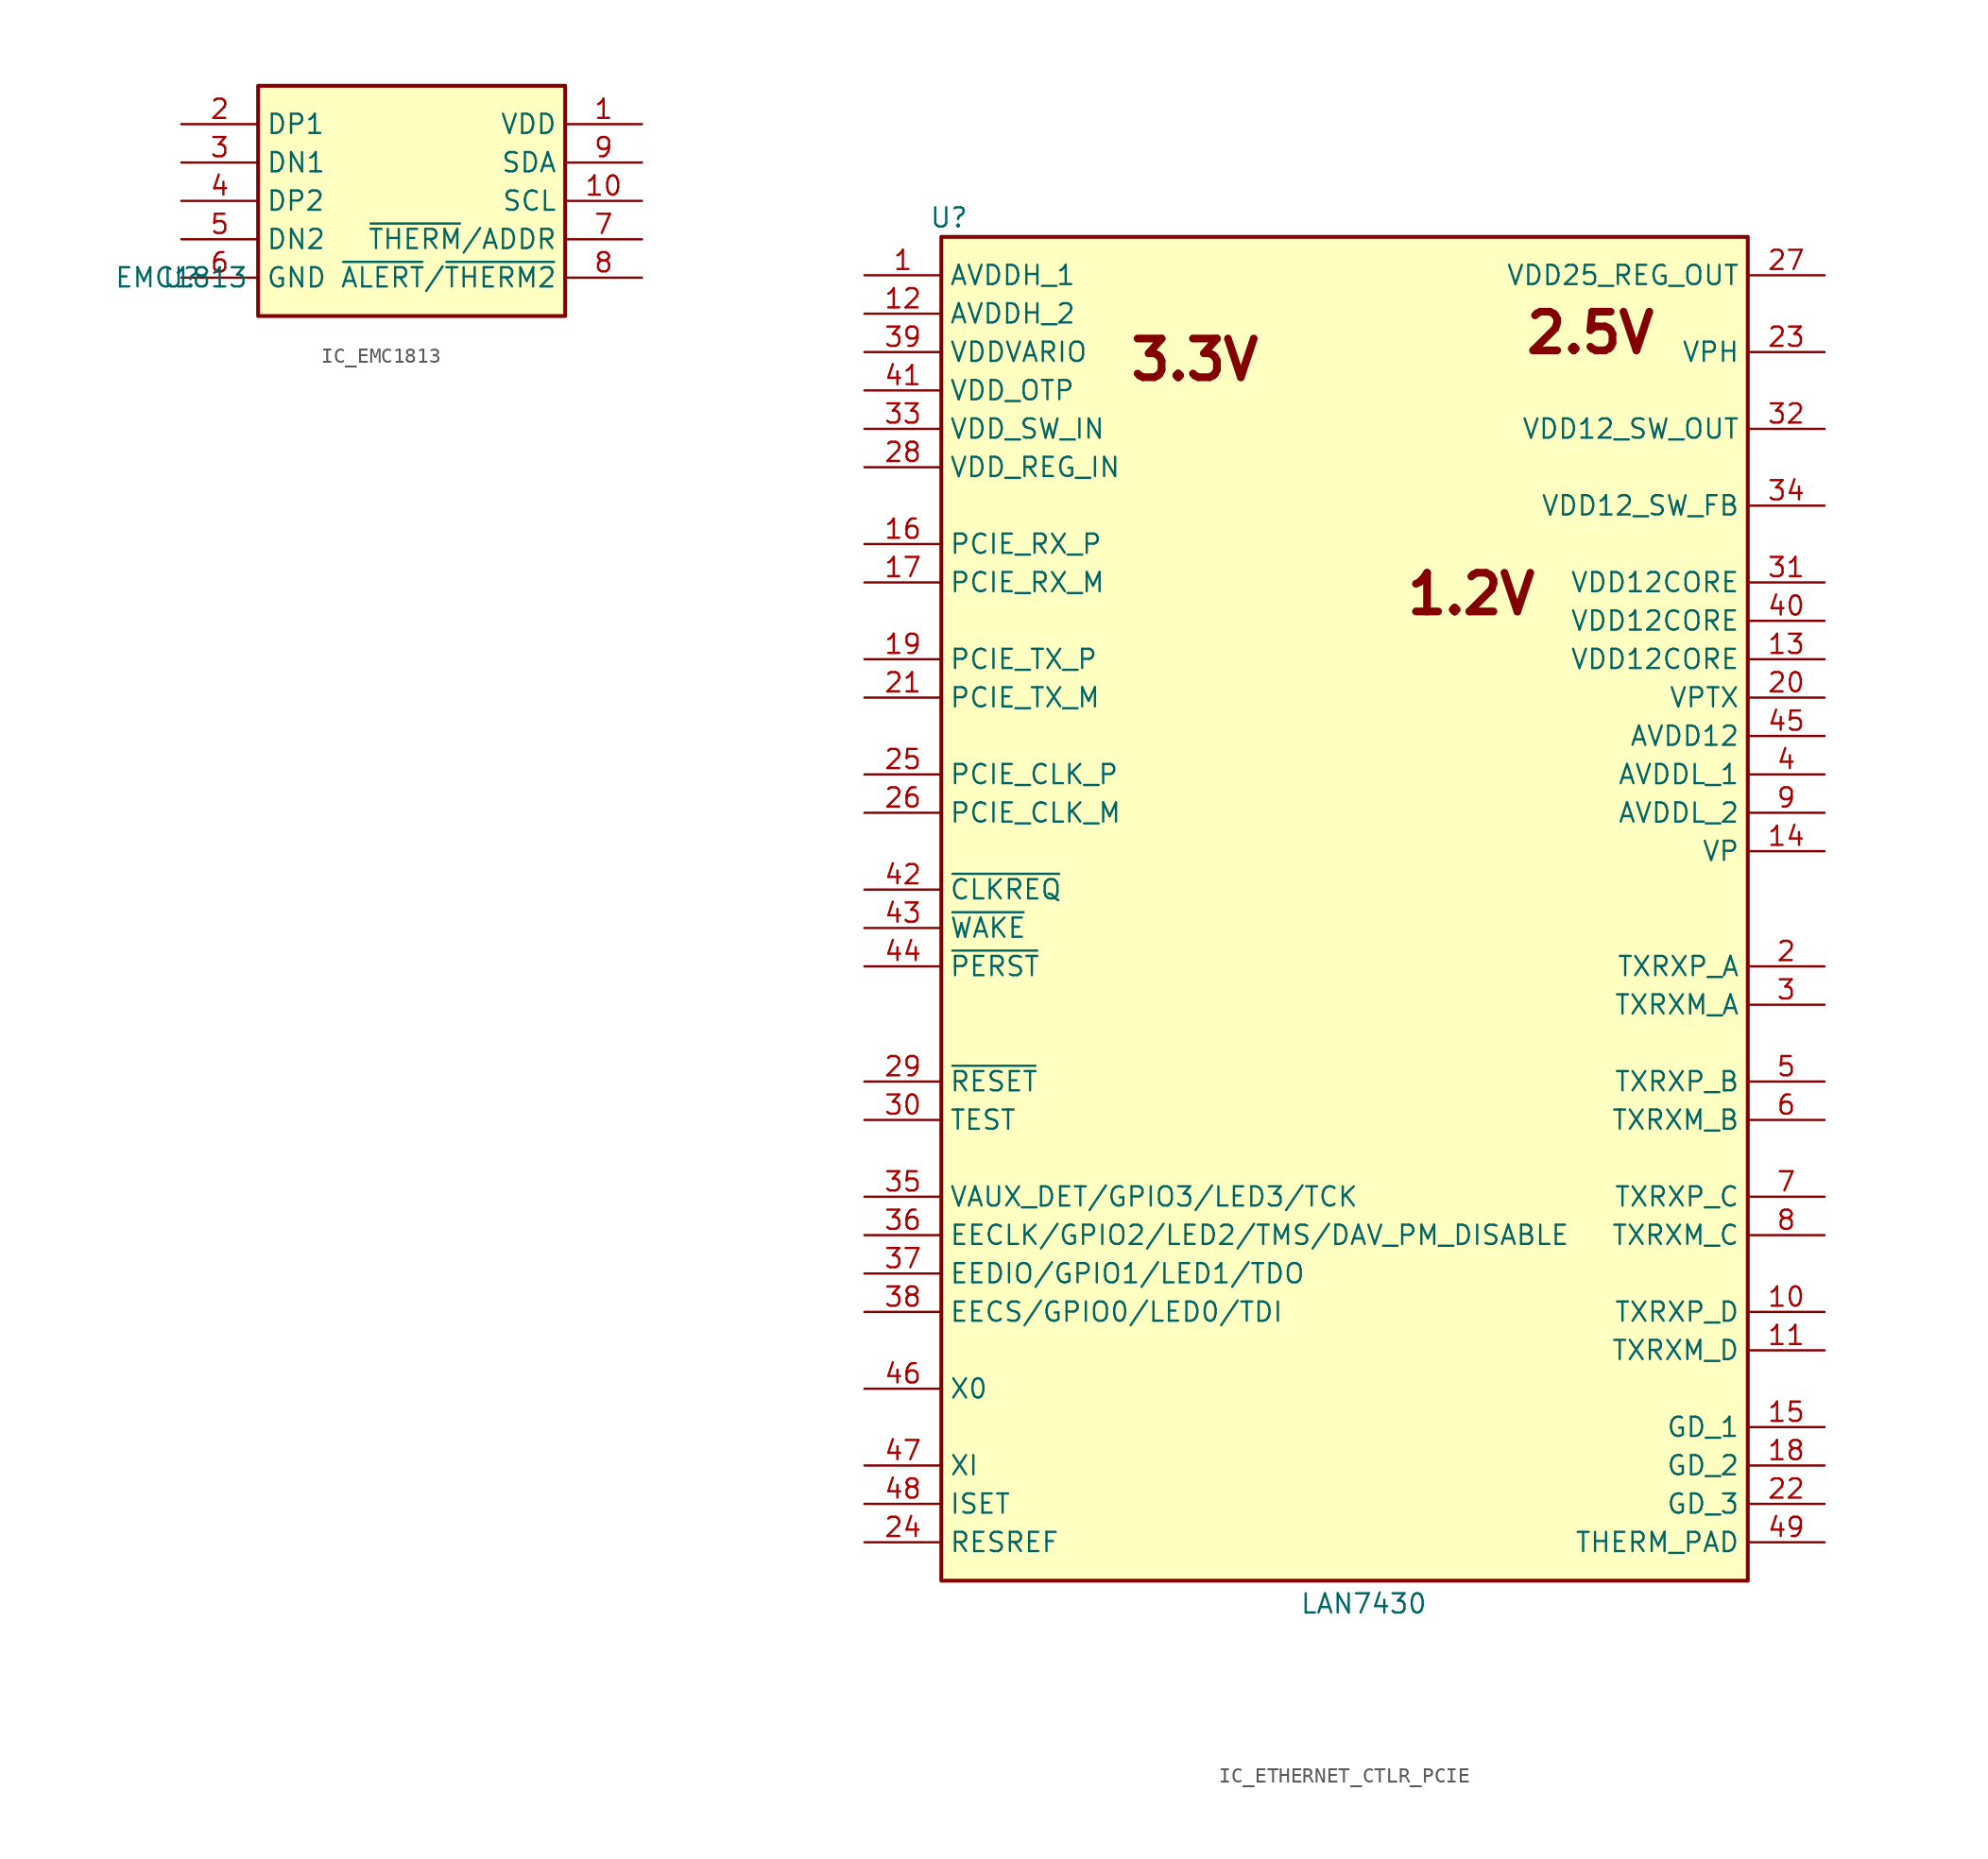
<source format=kicad_sym>
(kicad_symbol_lib
  (version 20241209)
  (generator "kicad_symbol_editor")
  (generator_version "9.0")
  (symbol "IC_EMC1813"
    (property "Reference" "U"
      (at 0 0 0)
      (effects (font (size 1.27 1.27))))
    (property "Value" "EMC1813"
      (at 0 0 0)
      (effects (font (size 1.27 1.27))))
    (symbol "IC_EMC1813_0_1"
      (rectangle (start 5.08 12.7) (end 25.4 -2.54) (stroke (width 0.254) (type default)) (fill (type background))))
    (symbol "IC_EMC1813_1_1"
      (pin passive line (at 0 10.16 0) (length 5.08) (name "DP1" (effects (font (size 1.27 1.27)))) (number "2" (effects (font (size 1.27 1.27)))))
      (pin passive line (at 0 7.62 0) (length 5.08) (name "DN1" (effects (font (size 1.27 1.27)))) (number "3" (effects (font (size 1.27 1.27)))))
      (pin passive line (at 0 5.08 0) (length 5.08) (name "DP2" (effects (font (size 1.27 1.27)))) (number "4" (effects (font (size 1.27 1.27)))))
      (pin passive line (at 0 2.54 0) (length 5.08) (name "DN2" (effects (font (size 1.27 1.27)))) (number "5" (effects (font (size 1.27 1.27)))))
      (pin power_in line (at 0 0 0) (length 5.08) (name "GND" (effects (font (size 1.27 1.27)))) (number "6" (effects (font (size 1.27 1.27)))))
      (pin power_in line (at 30.48 10.16 180) (length 5.08) (name "VDD" (effects (font (size 1.27 1.27)))) (number "1" (effects (font (size 1.27 1.27)))))
      (pin passive line (at 30.48 7.62 180) (length 5.08) (name "SDA" (effects (font (size 1.27 1.27)))) (number "9" (effects (font (size 1.27 1.27)))))
      (pin passive line (at 30.48 5.08 180) (length 5.08) (name "SCL" (effects (font (size 1.27 1.27)))) (number "10" (effects (font (size 1.27 1.27)))))
      (pin open_collector line (at 30.48 2.54 180) (length 5.08) (name "~{THERM}/ADDR" (effects (font (size 1.27 1.27)))) (number "7" (effects (font (size 1.27 1.27)))))
      (pin open_collector line (at 30.48 0 180) (length 5.08) (name "~{ALERT}/~{THERM2}" (effects (font (size 1.27 1.27)))) (number "8" (effects (font (size 1.27 1.27)))))))
  (symbol "IC_ETHERNET_CTLR_PCIE"
    (property "Reference" "U"
      (at 5.588 87.63 0)
      (effects (font (size 1.27 1.27))))
    (property "Value" "LAN7430"
      (at 33.02 -4.064 0)
      (effects (font (size 1.27 1.27))))
    (symbol "IC_ETHERNET_CTLR_PCIE_1_1"
      (rectangle (start 5.08 86.36) (end 58.42 -2.54) (stroke (width 0.254) (type default)) (fill (type background)))
      (text "3.3V" (at 21.844 78.232 0) (effects (font (size 2.56 2.56) (bold yes))))
      (text "1.2V" (at 40.132 62.738 0) (effects (font (size 2.56 2.56) (bold yes))))
      (text "2.5V" (at 48.006 80.01 0) (effects (font (size 2.56 2.56) (bold yes))))
      (pin power_in line (at 0 83.82 0) (length 5.08) (name "AVDDH_1" (effects (font (size 1.27 1.27)))) (number "1" (effects (font (size 1.27 1.27)))))
      (pin power_in line (at 0 81.28 0) (length 5.08) (name "AVDDH_2" (effects (font (size 1.27 1.27)))) (number "12" (effects (font (size 1.27 1.27)))))
      (pin power_in line (at 0 78.74 0) (length 5.08) (name "VDDVARIO" (effects (font (size 1.27 1.27)))) (number "39" (effects (font (size 1.27 1.27)))))
      (pin power_in line (at 0 76.2 0) (length 5.08) (name "VDD_OTP" (effects (font (size 1.27 1.27)))) (number "41" (effects (font (size 1.27 1.27)))))
      (pin power_in line (at 0 73.66 0) (length 5.08) (name "VDD_SW_IN" (effects (font (size 1.27 1.27)))) (number "33" (effects (font (size 1.27 1.27)))))
      (pin power_in line (at 0 71.12 0) (length 5.08) (name "VDD_REG_IN" (effects (font (size 1.27 1.27)))) (number "28" (effects (font (size 1.27 1.27)))))
      (pin passive line (at 0 66.04 0) (length 5.08) (name "PCIE_RX_P" (effects (font (size 1.27 1.27)))) (number "16" (effects (font (size 1.27 1.27)))))
      (pin passive line (at 0 63.5 0) (length 5.08) (name "PCIE_RX_M" (effects (font (size 1.27 1.27)))) (number "17" (effects (font (size 1.27 1.27)))))
      (pin passive line (at 0 58.42 0) (length 5.08) (name "PCIE_TX_P" (effects (font (size 1.27 1.27)))) (number "19" (effects (font (size 1.27 1.27)))))
      (pin passive line (at 0 55.88 0) (length 5.08) (name "PCIE_TX_M" (effects (font (size 1.27 1.27)))) (number "21" (effects (font (size 1.27 1.27)))))
      (pin passive line (at 0 50.8 0) (length 5.08) (name "PCIE_CLK_P" (effects (font (size 1.27 1.27)))) (number "25" (effects (font (size 1.27 1.27)))))
      (pin passive line (at 0 48.26 0) (length 5.08) (name "PCIE_CLK_M" (effects (font (size 1.27 1.27)))) (number "26" (effects (font (size 1.27 1.27)))))
      (pin passive line (at 0 43.18 0) (length 5.08) (name "~{CLKREQ}" (effects (font (size 1.27 1.27)))) (number "42" (effects (font (size 1.27 1.27)))))
      (pin passive line (at 0 40.64 0) (length 5.08) (name "~{WAKE}" (effects (font (size 1.27 1.27)))) (number "43" (effects (font (size 1.27 1.27)))))
      (pin passive line (at 0 38.1 0) (length 5.08) (name "~{PERST}" (effects (font (size 1.27 1.27)))) (number "44" (effects (font (size 1.27 1.27)))))
      (pin passive line (at 0 30.48 0) (length 5.08) (name "~{RESET}" (effects (font (size 1.27 1.27)))) (number "29" (effects (font (size 1.27 1.27)))))
      (pin passive line (at 0 27.94 0) (length 5.08) (name "TEST" (effects (font (size 1.27 1.27)))) (number "30" (effects (font (size 1.27 1.27)))))
      (pin passive line (at 0 22.86 0) (length 5.08) (name "VAUX_DET/GPIO3/LED3/TCK" (effects (font (size 1.27 1.27)))) (number "35" (effects (font (size 1.27 1.27)))))
      (pin passive line (at 0 20.32 0) (length 5.08) (name "EECLK/GPIO2/LED2/TMS/DAV_PM_DISABLE" (effects (font (size 1.27 1.27)))) (number "36" (effects (font (size 1.27 1.27)))))
      (pin passive line (at 0 17.78 0) (length 5.08) (name "EEDIO/GPIO1/LED1/TDO" (effects (font (size 1.27 1.27)))) (number "37" (effects (font (size 1.27 1.27)))))
      (pin passive line (at 0 15.24 0) (length 5.08) (name "EECS/GPIO0/LED0/TDI" (effects (font (size 1.27 1.27)))) (number "38" (effects (font (size 1.27 1.27)))))
      (pin passive line (at 0 10.16 0) (length 5.08) (name "X0" (effects (font (size 1.27 1.27)))) (number "46" (effects (font (size 1.27 1.27)))))
      (pin passive line (at 0 5.08 0) (length 5.08) (name "XI" (effects (font (size 1.27 1.27)))) (number "47" (effects (font (size 1.27 1.27)))))
      (pin passive line (at 0 2.54 0) (length 5.08) (name "ISET" (effects (font (size 1.27 1.27)))) (number "48" (effects (font (size 1.27 1.27)))))
      (pin passive line (at 0 0 0) (length 5.08) (name "RESREF" (effects (font (size 1.27 1.27)))) (number "24" (effects (font (size 1.27 1.27)))))
      (pin passive line (at 63.5 83.82 180) (length 5.08) (name "VDD25_REG_OUT" (effects (font (size 1.27 1.27)))) (number "27" (effects (font (size 1.27 1.27)))))
      (pin passive line (at 63.5 78.74 180) (length 5.08) (name "VPH" (effects (font (size 1.27 1.27)))) (number "23" (effects (font (size 1.27 1.27)))))
      (pin passive line (at 63.5 73.66 180) (length 5.08) (name "VDD12_SW_OUT" (effects (font (size 1.27 1.27)))) (number "32" (effects (font (size 1.27 1.27)))))
      (pin passive line (at 63.5 68.58 180) (length 5.08) (name "VDD12_SW_FB" (effects (font (size 1.27 1.27)))) (number "34" (effects (font (size 1.27 1.27)))))
      (pin passive line (at 63.5 63.5 180) (length 5.08) (name "VDD12CORE" (effects (font (size 1.27 1.27)))) (number "31" (effects (font (size 1.27 1.27)))))
      (pin passive line (at 63.5 60.96 180) (length 5.08) (name "VDD12CORE" (effects (font (size 1.27 1.27)))) (number "40" (effects (font (size 1.27 1.27)))))
      (pin passive line (at 63.5 58.42 180) (length 5.08) (name "VDD12CORE" (effects (font (size 1.27 1.27)))) (number "13" (effects (font (size 1.27 1.27)))))
      (pin passive line (at 63.5 55.88 180) (length 5.08) (name "VPTX" (effects (font (size 1.27 1.27)))) (number "20" (effects (font (size 1.27 1.27)))))
      (pin passive line (at 63.5 53.34 180) (length 5.08) (name "AVDD12" (effects (font (size 1.27 1.27)))) (number "45" (effects (font (size 1.27 1.27)))))
      (pin passive line (at 63.5 50.8 180) (length 5.08) (name "AVDDL_1" (effects (font (size 1.27 1.27)))) (number "4" (effects (font (size 1.27 1.27)))))
      (pin passive line (at 63.5 48.26 180) (length 5.08) (name "AVDDL_2" (effects (font (size 1.27 1.27)))) (number "9" (effects (font (size 1.27 1.27)))))
      (pin passive line (at 63.5 45.72 180) (length 5.08) (name "VP" (effects (font (size 1.27 1.27)))) (number "14" (effects (font (size 1.27 1.27)))))
      (pin passive line (at 63.5 38.1 180) (length 5.08) (name "TXRXP_A" (effects (font (size 1.27 1.27)))) (number "2" (effects (font (size 1.27 1.27)))))
      (pin passive line (at 63.5 35.56 180) (length 5.08) (name "TXRXM_A" (effects (font (size 1.27 1.27)))) (number "3" (effects (font (size 1.27 1.27)))))
      (pin passive line (at 63.5 30.48 180) (length 5.08) (name "TXRXP_B" (effects (font (size 1.27 1.27)))) (number "5" (effects (font (size 1.27 1.27)))))
      (pin passive line (at 63.5 27.94 180) (length 5.08) (name "TXRXM_B" (effects (font (size 1.27 1.27)))) (number "6" (effects (font (size 1.27 1.27)))))
      (pin passive line (at 63.5 22.86 180) (length 5.08) (name "TXRXP_C" (effects (font (size 1.27 1.27)))) (number "7" (effects (font (size 1.27 1.27)))))
      (pin passive line (at 63.5 20.32 180) (length 5.08) (name "TXRXM_C" (effects (font (size 1.27 1.27)))) (number "8" (effects (font (size 1.27 1.27)))))
      (pin passive line (at 63.5 15.24 180) (length 5.08) (name "TXRXP_D" (effects (font (size 1.27 1.27)))) (number "10" (effects (font (size 1.27 1.27)))))
      (pin passive line (at 63.5 12.7 180) (length 5.08) (name "TXRXM_D" (effects (font (size 1.27 1.27)))) (number "11" (effects (font (size 1.27 1.27)))))
      (pin power_in line (at 63.5 7.62 180) (length 5.08) (name "GD_1" (effects (font (size 1.27 1.27)))) (number "15" (effects (font (size 1.27 1.27)))))
      (pin power_in line (at 63.5 5.08 180) (length 5.08) (name "GD_2" (effects (font (size 1.27 1.27)))) (number "18" (effects (font (size 1.27 1.27)))))
      (pin power_in line (at 63.5 2.54 180) (length 5.08) (name "GD_3" (effects (font (size 1.27 1.27)))) (number "22" (effects (font (size 1.27 1.27)))))
      (pin power_in line (at 63.5 0 180) (length 5.08) (name "THERM_PAD" (effects (font (size 1.27 1.27)))) (number "49" (effects (font (size 1.27 1.27))))))))
</source>
